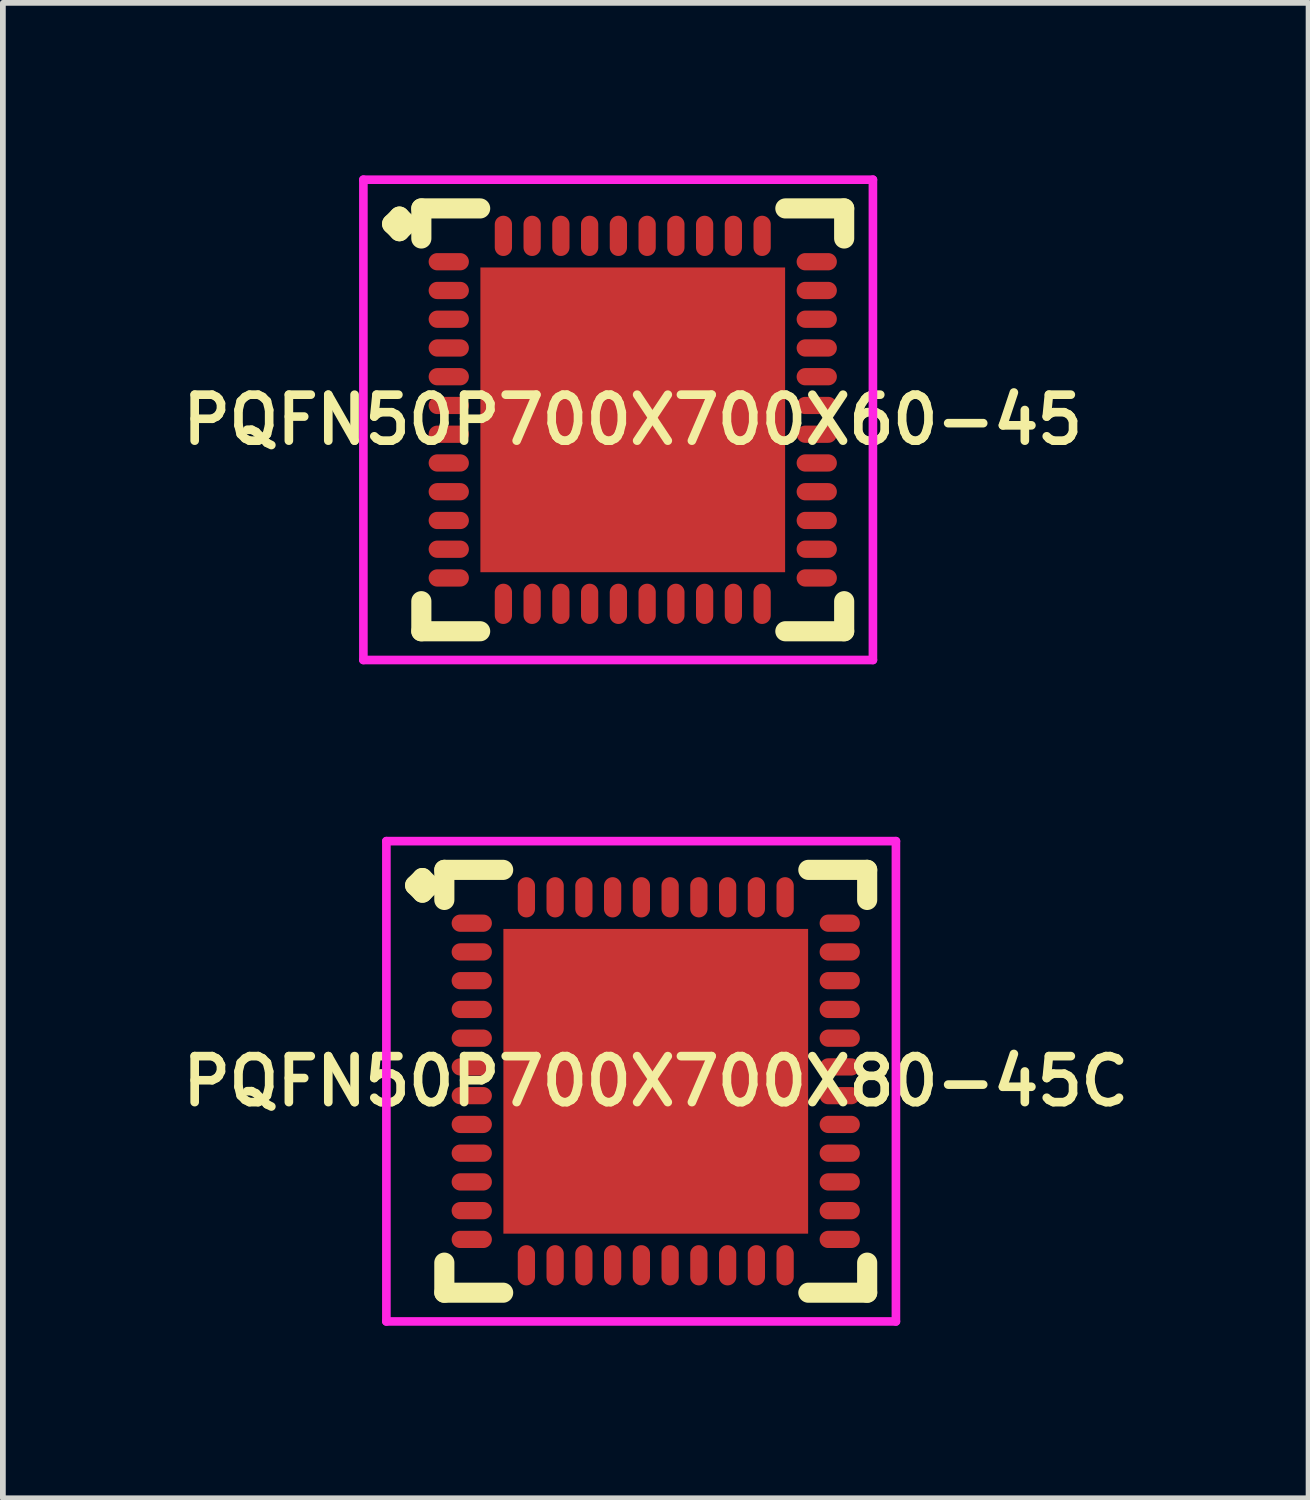
<source format=kicad_pcb>
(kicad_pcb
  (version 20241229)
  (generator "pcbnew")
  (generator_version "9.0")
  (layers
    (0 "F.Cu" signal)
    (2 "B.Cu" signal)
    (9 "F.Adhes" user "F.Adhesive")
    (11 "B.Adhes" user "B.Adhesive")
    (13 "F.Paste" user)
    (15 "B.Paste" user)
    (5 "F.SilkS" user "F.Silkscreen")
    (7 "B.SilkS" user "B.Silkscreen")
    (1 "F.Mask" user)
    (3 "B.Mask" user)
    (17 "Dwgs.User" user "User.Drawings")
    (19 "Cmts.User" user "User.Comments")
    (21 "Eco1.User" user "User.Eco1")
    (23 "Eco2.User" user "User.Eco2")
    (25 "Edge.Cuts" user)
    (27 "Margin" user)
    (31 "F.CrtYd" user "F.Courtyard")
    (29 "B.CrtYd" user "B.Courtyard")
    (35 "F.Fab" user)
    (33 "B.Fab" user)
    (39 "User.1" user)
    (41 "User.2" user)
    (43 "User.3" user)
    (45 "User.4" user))
  (footprint "PQFN50P700X700X60-45"
    (layer "F.Cu")
    (at 7.955 4.252)
    (property "Reference" "PQFN50P700X700X60-45" (at 0 0 0) (layer "F.SilkS") (effects (font (size 0.8 0.8) (thickness 0.15))))
    (attr smd)
    (fp_line (start -4.185 -3.408) (end -4.058 -3.535) (stroke (width 0.35) (type solid)) (layer "F.SilkS"))
    (fp_line (start -4.058 -3.535) (end -3.931 -3.408) (stroke (width 0.35) (type solid)) (layer "F.SilkS"))
    (fp_line (start -4.058 -3.281) (end -4.185 -3.408) (stroke (width 0.35) (type solid)) (layer "F.SilkS"))
    (fp_line (start -3.931 -3.408) (end -4.058 -3.281) (stroke (width 0.35) (type solid)) (layer "F.SilkS"))
    (fp_line (start -3.677 -3.677) (end -2.654 -3.677) (stroke (width 0.35) (type solid)) (layer "F.SilkS"))
    (fp_line (start -3.677 -3.154) (end -3.677 -3.677) (stroke (width 0.35) (type solid)) (layer "F.SilkS"))
    (fp_line (start -3.677 3.154) (end -3.677 3.677) (stroke (width 0.35) (type solid)) (layer "F.SilkS"))
    (fp_line (start -3.677 3.677) (end -2.654 3.677) (stroke (width 0.35) (type solid)) (layer "F.SilkS"))
    (fp_line (start 2.654 -3.677) (end 3.677 -3.677) (stroke (width 0.35) (type solid)) (layer "F.SilkS"))
    (fp_line (start 2.654 3.677) (end 3.677 3.677) (stroke (width 0.35) (type solid)) (layer "F.SilkS"))
    (fp_line (start 3.677 -3.677) (end 3.677 -3.154) (stroke (width 0.35) (type solid)) (layer "F.SilkS"))
    (fp_line (start 3.677 3.677) (end 3.677 3.154) (stroke (width 0.35) (type solid)) (layer "F.SilkS"))
    (fp_line (start -4.685 -4.177) (end 4.177 -4.177) (stroke (width 0.15) (type solid)) (layer "F.CrtYd"))
    (fp_line (start -4.685 4.177) (end -4.685 -4.177) (stroke (width 0.15) (type solid)) (layer "F.CrtYd"))
    (fp_line (start 4.177 -4.177) (end 4.177 4.177) (stroke (width 0.15) (type solid)) (layer "F.CrtYd"))
    (fp_line (start 4.177 4.177) (end -4.685 4.177) (stroke (width 0.15) (type solid)) (layer "F.CrtYd"))
    (pad "1" smd oval (at -3.2 -2.75) (size 0.7 0.3) (layers "F.Cu" "F.Mask" "F.Paste"))
    (pad "2" smd oval (at -3.2 -2.25) (size 0.7 0.3) (layers "F.Cu" "F.Mask" "F.Paste"))
    (pad "3" smd oval (at -3.2 -1.75) (size 0.7 0.3) (layers "F.Cu" "F.Mask" "F.Paste"))
    (pad "4" smd oval (at -3.2 -1.25) (size 0.7 0.3) (layers "F.Cu" "F.Mask" "F.Paste"))
    (pad "5" smd oval (at -3.2 -0.75) (size 0.7 0.3) (layers "F.Cu" "F.Mask" "F.Paste"))
    (pad "6" smd oval (at -3.2 -0.25) (size 0.7 0.3) (layers "F.Cu" "F.Mask" "F.Paste"))
    (pad "7" smd oval (at -3.2 0.25) (size 0.7 0.3) (layers "F.Cu" "F.Mask" "F.Paste"))
    (pad "8" smd oval (at -3.2 0.75) (size 0.7 0.3) (layers "F.Cu" "F.Mask" "F.Paste"))
    (pad "9" smd oval (at -3.2 1.25) (size 0.7 0.3) (layers "F.Cu" "F.Mask" "F.Paste"))
    (pad "10" smd oval (at -3.2 1.75) (size 0.7 0.3) (layers "F.Cu" "F.Mask" "F.Paste"))
    (pad "11" smd oval (at -3.2 2.25) (size 0.7 0.3) (layers "F.Cu" "F.Mask" "F.Paste"))
    (pad "12" smd oval (at -3.2 2.75) (size 0.7 0.3) (layers "F.Cu" "F.Mask" "F.Paste"))
    (pad "13" smd oval (at -2.25 3.2) (size 0.3 0.7) (layers "F.Cu" "F.Mask" "F.Paste"))
    (pad "14" smd oval (at -1.75 3.2) (size 0.3 0.7) (layers "F.Cu" "F.Mask" "F.Paste"))
    (pad "15" smd oval (at -1.25 3.2) (size 0.3 0.7) (layers "F.Cu" "F.Mask" "F.Paste"))
    (pad "16" smd oval (at -0.75 3.2) (size 0.3 0.7) (layers "F.Cu" "F.Mask" "F.Paste"))
    (pad "17" smd oval (at -0.25 3.2) (size 0.3 0.7) (layers "F.Cu" "F.Mask" "F.Paste"))
    (pad "18" smd oval (at 0.25 3.2) (size 0.3 0.7) (layers "F.Cu" "F.Mask" "F.Paste"))
    (pad "19" smd oval (at 0.75 3.2) (size 0.3 0.7) (layers "F.Cu" "F.Mask" "F.Paste"))
    (pad "20" smd oval (at 1.25 3.2) (size 0.3 0.7) (layers "F.Cu" "F.Mask" "F.Paste"))
    (pad "21" smd oval (at 1.75 3.2) (size 0.3 0.7) (layers "F.Cu" "F.Mask" "F.Paste"))
    (pad "22" smd oval (at 2.25 3.2) (size 0.3 0.7) (layers "F.Cu" "F.Mask" "F.Paste"))
    (pad "23" smd oval (at 3.2 2.75) (size 0.7 0.3) (layers "F.Cu" "F.Mask" "F.Paste"))
    (pad "24" smd oval (at 3.2 2.25) (size 0.7 0.3) (layers "F.Cu" "F.Mask" "F.Paste"))
    (pad "25" smd oval (at 3.2 1.75) (size 0.7 0.3) (layers "F.Cu" "F.Mask" "F.Paste"))
    (pad "26" smd oval (at 3.2 1.25) (size 0.7 0.3) (layers "F.Cu" "F.Mask" "F.Paste"))
    (pad "27" smd oval (at 3.2 0.75) (size 0.7 0.3) (layers "F.Cu" "F.Mask" "F.Paste"))
    (pad "28" smd oval (at 3.2 0.25) (size 0.7 0.3) (layers "F.Cu" "F.Mask" "F.Paste"))
    (pad "29" smd oval (at 3.2 -0.25) (size 0.7 0.3) (layers "F.Cu" "F.Mask" "F.Paste"))
    (pad "30" smd oval (at 3.2 -0.75) (size 0.7 0.3) (layers "F.Cu" "F.Mask" "F.Paste"))
    (pad "31" smd oval (at 3.2 -1.25) (size 0.7 0.3) (layers "F.Cu" "F.Mask" "F.Paste"))
    (pad "32" smd oval (at 3.2 -1.75) (size 0.7 0.3) (layers "F.Cu" "F.Mask" "F.Paste"))
    (pad "33" smd oval (at 3.2 -2.25) (size 0.7 0.3) (layers "F.Cu" "F.Mask" "F.Paste"))
    (pad "34" smd oval (at 3.2 -2.75) (size 0.7 0.3) (layers "F.Cu" "F.Mask" "F.Paste"))
    (pad "35" smd oval (at 2.25 -3.2) (size 0.3 0.7) (layers "F.Cu" "F.Mask" "F.Paste"))
    (pad "36" smd oval (at 1.75 -3.2) (size 0.3 0.7) (layers "F.Cu" "F.Mask" "F.Paste"))
    (pad "37" smd oval (at 1.25 -3.2) (size 0.3 0.7) (layers "F.Cu" "F.Mask" "F.Paste"))
    (pad "38" smd oval (at 0.75 -3.2) (size 0.3 0.7) (layers "F.Cu" "F.Mask" "F.Paste"))
    (pad "39" smd oval (at 0.25 -3.2) (size 0.3 0.7) (layers "F.Cu" "F.Mask" "F.Paste"))
    (pad "40" smd oval (at -0.25 -3.2) (size 0.3 0.7) (layers "F.Cu" "F.Mask" "F.Paste"))
    (pad "41" smd oval (at -0.75 -3.2) (size 0.3 0.7) (layers "F.Cu" "F.Mask" "F.Paste"))
    (pad "42" smd oval (at -1.25 -3.2) (size 0.3 0.7) (layers "F.Cu" "F.Mask" "F.Paste"))
    (pad "43" smd oval (at -1.75 -3.2) (size 0.3 0.7) (layers "F.Cu" "F.Mask" "F.Paste"))
    (pad "44" smd oval (at -2.25 -3.2) (size 0.3 0.7) (layers "F.Cu" "F.Mask" "F.Paste"))
    (pad "45" smd rect (at 0 0) (size 5.3 5.3) (layers "F.Cu" "F.Mask" "F.Paste")))
  (footprint "PQFN50P700X700X80-45C"
    (layer "F.Cu")
    (at 8.355 15.756)
    (property "Reference" "PQFN50P700X700X80-45C" (at 0 0 0) (layer "F.SilkS") (effects (font (size 0.8 0.8) (thickness 0.15))))
    (attr smd)
    (fp_line (start -4.185 -3.408) (end -4.058 -3.535) (stroke (width 0.35) (type solid)) (layer "F.SilkS"))
    (fp_line (start -4.058 -3.535) (end -3.931 -3.408) (stroke (width 0.35) (type solid)) (layer "F.SilkS"))
    (fp_line (start -4.058 -3.281) (end -4.185 -3.408) (stroke (width 0.35) (type solid)) (layer "F.SilkS"))
    (fp_line (start -3.931 -3.408) (end -4.058 -3.281) (stroke (width 0.35) (type solid)) (layer "F.SilkS"))
    (fp_line (start -3.677 -3.677) (end -2.654 -3.677) (stroke (width 0.35) (type solid)) (layer "F.SilkS"))
    (fp_line (start -3.677 -3.154) (end -3.677 -3.677) (stroke (width 0.35) (type solid)) (layer "F.SilkS"))
    (fp_line (start -3.677 3.154) (end -3.677 3.677) (stroke (width 0.35) (type solid)) (layer "F.SilkS"))
    (fp_line (start -3.677 3.677) (end -2.654 3.677) (stroke (width 0.35) (type solid)) (layer "F.SilkS"))
    (fp_line (start 2.654 -3.677) (end 3.677 -3.677) (stroke (width 0.35) (type solid)) (layer "F.SilkS"))
    (fp_line (start 2.654 3.677) (end 3.677 3.677) (stroke (width 0.35) (type solid)) (layer "F.SilkS"))
    (fp_line (start 3.677 -3.677) (end 3.677 -3.154) (stroke (width 0.35) (type solid)) (layer "F.SilkS"))
    (fp_line (start 3.677 3.677) (end 3.677 3.154) (stroke (width 0.35) (type solid)) (layer "F.SilkS"))
    (fp_line (start -4.685 -4.177) (end 4.177 -4.177) (stroke (width 0.15) (type solid)) (layer "F.CrtYd"))
    (fp_line (start -4.685 4.177) (end -4.685 -4.177) (stroke (width 0.15) (type solid)) (layer "F.CrtYd"))
    (fp_line (start 4.177 -4.177) (end 4.177 4.177) (stroke (width 0.15) (type solid)) (layer "F.CrtYd"))
    (fp_line (start 4.177 4.177) (end -4.685 4.177) (stroke (width 0.15) (type solid)) (layer "F.CrtYd"))
    (pad "1" smd oval (at -3.2 -2.75) (size 0.7 0.3) (layers "F.Cu" "F.Mask" "F.Paste"))
    (pad "2" smd oval (at -3.2 -2.25) (size 0.7 0.3) (layers "F.Cu" "F.Mask" "F.Paste"))
    (pad "3" smd oval (at -3.2 -1.75) (size 0.7 0.3) (layers "F.Cu" "F.Mask" "F.Paste"))
    (pad "4" smd oval (at -3.2 -1.25) (size 0.7 0.3) (layers "F.Cu" "F.Mask" "F.Paste"))
    (pad "5" smd oval (at -3.2 -0.75) (size 0.7 0.3) (layers "F.Cu" "F.Mask" "F.Paste"))
    (pad "6" smd oval (at -3.2 -0.25) (size 0.7 0.3) (layers "F.Cu" "F.Mask" "F.Paste"))
    (pad "7" smd oval (at -3.2 0.25) (size 0.7 0.3) (layers "F.Cu" "F.Mask" "F.Paste"))
    (pad "8" smd oval (at -3.2 0.75) (size 0.7 0.3) (layers "F.Cu" "F.Mask" "F.Paste"))
    (pad "9" smd oval (at -3.2 1.25) (size 0.7 0.3) (layers "F.Cu" "F.Mask" "F.Paste"))
    (pad "10" smd oval (at -3.2 1.75) (size 0.7 0.3) (layers "F.Cu" "F.Mask" "F.Paste"))
    (pad "11" smd oval (at -3.2 2.25) (size 0.7 0.3) (layers "F.Cu" "F.Mask" "F.Paste"))
    (pad "12" smd oval (at -3.2 2.75) (size 0.7 0.3) (layers "F.Cu" "F.Mask" "F.Paste"))
    (pad "13" smd oval (at -2.25 3.2) (size 0.3 0.7) (layers "F.Cu" "F.Mask" "F.Paste"))
    (pad "14" smd oval (at -1.75 3.2) (size 0.3 0.7) (layers "F.Cu" "F.Mask" "F.Paste"))
    (pad "15" smd oval (at -1.25 3.2) (size 0.3 0.7) (layers "F.Cu" "F.Mask" "F.Paste"))
    (pad "16" smd oval (at -0.75 3.2) (size 0.3 0.7) (layers "F.Cu" "F.Mask" "F.Paste"))
    (pad "17" smd oval (at -0.25 3.2) (size 0.3 0.7) (layers "F.Cu" "F.Mask" "F.Paste"))
    (pad "18" smd oval (at 0.25 3.2) (size 0.3 0.7) (layers "F.Cu" "F.Mask" "F.Paste"))
    (pad "19" smd oval (at 0.75 3.2) (size 0.3 0.7) (layers "F.Cu" "F.Mask" "F.Paste"))
    (pad "20" smd oval (at 1.25 3.2) (size 0.3 0.7) (layers "F.Cu" "F.Mask" "F.Paste"))
    (pad "21" smd oval (at 1.75 3.2) (size 0.3 0.7) (layers "F.Cu" "F.Mask" "F.Paste"))
    (pad "22" smd oval (at 2.25 3.2) (size 0.3 0.7) (layers "F.Cu" "F.Mask" "F.Paste"))
    (pad "23" smd oval (at 3.2 2.75) (size 0.7 0.3) (layers "F.Cu" "F.Mask" "F.Paste"))
    (pad "24" smd oval (at 3.2 2.25) (size 0.7 0.3) (layers "F.Cu" "F.Mask" "F.Paste"))
    (pad "25" smd oval (at 3.2 1.75) (size 0.7 0.3) (layers "F.Cu" "F.Mask" "F.Paste"))
    (pad "26" smd oval (at 3.2 1.25) (size 0.7 0.3) (layers "F.Cu" "F.Mask" "F.Paste"))
    (pad "27" smd oval (at 3.2 0.75) (size 0.7 0.3) (layers "F.Cu" "F.Mask" "F.Paste"))
    (pad "28" smd oval (at 3.2 0.25) (size 0.7 0.3) (layers "F.Cu" "F.Mask" "F.Paste"))
    (pad "29" smd oval (at 3.2 -0.25) (size 0.7 0.3) (layers "F.Cu" "F.Mask" "F.Paste"))
    (pad "30" smd oval (at 3.2 -0.75) (size 0.7 0.3) (layers "F.Cu" "F.Mask" "F.Paste"))
    (pad "31" smd oval (at 3.2 -1.25) (size 0.7 0.3) (layers "F.Cu" "F.Mask" "F.Paste"))
    (pad "32" smd oval (at 3.2 -1.75) (size 0.7 0.3) (layers "F.Cu" "F.Mask" "F.Paste"))
    (pad "33" smd oval (at 3.2 -2.25) (size 0.7 0.3) (layers "F.Cu" "F.Mask" "F.Paste"))
    (pad "34" smd oval (at 3.2 -2.75) (size 0.7 0.3) (layers "F.Cu" "F.Mask" "F.Paste"))
    (pad "35" smd oval (at 2.25 -3.2) (size 0.3 0.7) (layers "F.Cu" "F.Mask" "F.Paste"))
    (pad "36" smd oval (at 1.75 -3.2) (size 0.3 0.7) (layers "F.Cu" "F.Mask" "F.Paste"))
    (pad "37" smd oval (at 1.25 -3.2) (size 0.3 0.7) (layers "F.Cu" "F.Mask" "F.Paste"))
    (pad "38" smd oval (at 0.75 -3.2) (size 0.3 0.7) (layers "F.Cu" "F.Mask" "F.Paste"))
    (pad "39" smd oval (at 0.25 -3.2) (size 0.3 0.7) (layers "F.Cu" "F.Mask" "F.Paste"))
    (pad "40" smd oval (at -0.25 -3.2) (size 0.3 0.7) (layers "F.Cu" "F.Mask" "F.Paste"))
    (pad "41" smd oval (at -0.75 -3.2) (size 0.3 0.7) (layers "F.Cu" "F.Mask" "F.Paste"))
    (pad "42" smd oval (at -1.25 -3.2) (size 0.3 0.7) (layers "F.Cu" "F.Mask" "F.Paste"))
    (pad "43" smd oval (at -1.75 -3.2) (size 0.3 0.7) (layers "F.Cu" "F.Mask" "F.Paste"))
    (pad "44" smd oval (at -2.25 -3.2) (size 0.3 0.7) (layers "F.Cu" "F.Mask" "F.Paste"))
    (pad "45" smd rect (at 0 0) (size 5.3 5.3) (layers "F.Cu" "F.Mask" "F.Paste")))
  (gr_rect
    (start -3 -3)
    (end 19.709 23.008)
    (stroke (width 0.1) (type default))
    (fill no)
    (layer "Edge.Cuts")))
</source>
